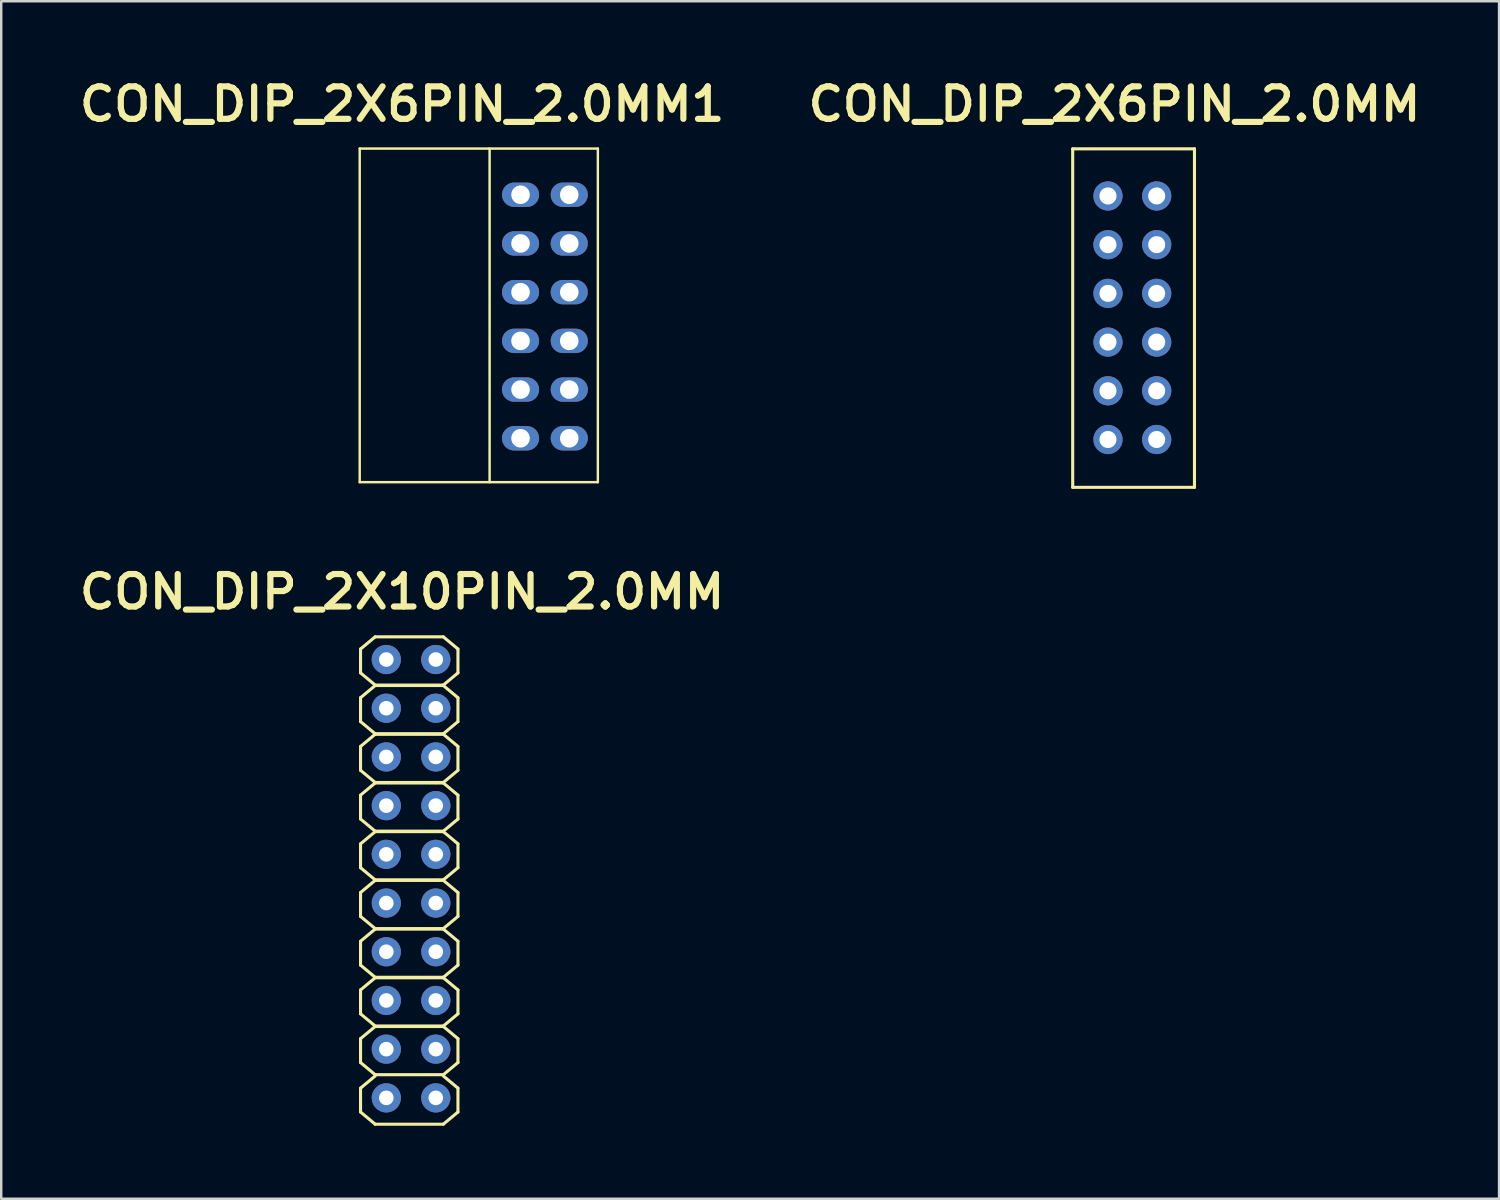
<source format=kicad_pcb>
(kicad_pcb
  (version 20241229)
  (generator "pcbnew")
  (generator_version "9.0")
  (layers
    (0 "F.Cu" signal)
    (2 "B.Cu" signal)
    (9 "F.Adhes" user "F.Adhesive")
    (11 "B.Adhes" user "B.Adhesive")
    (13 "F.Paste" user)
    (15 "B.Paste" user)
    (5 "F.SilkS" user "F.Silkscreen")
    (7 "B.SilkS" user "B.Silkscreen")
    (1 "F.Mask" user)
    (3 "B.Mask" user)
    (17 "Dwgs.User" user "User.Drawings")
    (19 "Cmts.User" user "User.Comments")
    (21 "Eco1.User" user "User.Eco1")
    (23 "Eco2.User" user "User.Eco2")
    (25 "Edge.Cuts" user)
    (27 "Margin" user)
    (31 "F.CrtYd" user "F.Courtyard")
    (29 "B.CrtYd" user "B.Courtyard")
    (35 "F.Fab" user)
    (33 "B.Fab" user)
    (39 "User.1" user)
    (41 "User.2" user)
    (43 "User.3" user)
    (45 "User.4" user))
  (footprint "CON_DIP_2X6PIN_2.0MM"
    (layer "F.Cu")
    (at 42.447 4.997)
    (property "Reference" "CON_DIP_2X6PIN_2.0MM" (at 0.267 -3.772 0) (unlocked yes) (layer "F.SilkS") (effects (font (size 1.333 1.402) (thickness 0.254))))
    (attr smd)
    (fp_line (start -1.448 -1.936) (end 3.552 -1.936) (stroke (width 0.127) (type solid)) (layer "F.SilkS"))
    (fp_line (start -1.448 11.964) (end -1.448 -1.936) (stroke (width 0.127) (type solid)) (layer "F.SilkS"))
    (fp_line (start -1.448 11.964) (end 3.552 11.964) (stroke (width 0.127) (type solid)) (layer "F.SilkS"))
    (fp_line (start 3.552 11.964) (end 3.552 -1.936) (stroke (width 0.127) (type solid)) (layer "F.SilkS"))
    (pad "1" thru_hole circle (at 0 0 90) (size 1.2 1.2) (drill 0.7) (layers "*.Cu" "*.Mask"))
    (pad "2" thru_hole circle (at 2 0.00001 90) (size 1.2 1.2) (drill 0.7) (layers "*.Cu" "*.Mask"))
    (pad "3" thru_hole circle (at 0 2 90) (size 1.2 1.2) (drill 0.7) (layers "*.Cu" "*.Mask"))
    (pad "4" thru_hole circle (at 2 2 90) (size 1.2 1.2) (drill 0.7) (layers "*.Cu" "*.Mask"))
    (pad "5" thru_hole circle (at 0 4 90) (size 1.2 1.2) (drill 0.7) (layers "*.Cu" "*.Mask"))
    (pad "6" thru_hole circle (at 2 4 90) (size 1.2 1.2) (drill 0.7) (layers "*.Cu" "*.Mask"))
    (pad "7" thru_hole circle (at 0 6 90) (size 1.2 1.2) (drill 0.7) (layers "*.Cu" "*.Mask"))
    (pad "8" thru_hole circle (at 2 6 90) (size 1.2 1.2) (drill 0.7) (layers "*.Cu" "*.Mask"))
    (pad "9" thru_hole circle (at 0 8 90) (size 1.2 1.2) (drill 0.7) (layers "*.Cu" "*.Mask"))
    (pad "10" thru_hole circle (at 2 8 90) (size 1.2 1.2) (drill 0.7) (layers "*.Cu" "*.Mask"))
    (pad "11" thru_hole circle (at 0 10 90) (size 1.2 1.2) (drill 0.7) (layers "*.Cu" "*.Mask"))
    (pad "12" thru_hole circle (at 2 10 90) (size 1.2 1.2) (drill 0.7) (layers "*.Cu" "*.Mask")))
  (footprint "CON_DIP_2X6PIN_2.0MM1"
    (layer "F.Cu")
    (at 11.721 16.25)
    (property "Reference" "CON_DIP_2X6PIN_2.0MM1" (at 1.74 -15.024 0) (unlocked yes) (layer "F.SilkS") (effects (font (size 1.333 1.402) (thickness 0.254))))
    (attr smd)
    (fp_line (start 0 -13.2) (end 9.779 -13.2) (stroke (width 0.1) (type solid)) (layer "F.SilkS"))
    (fp_line (start 0 0.5) (end 0 -13.2) (stroke (width 0.1) (type solid)) (layer "F.SilkS"))
    (fp_line (start 0 0.5) (end 9.779 0.5) (stroke (width 0.1) (type solid)) (layer "F.SilkS"))
    (fp_line (start 5.334 0.5) (end 5.334 -13.2) (stroke (width 0.1) (type solid)) (layer "F.SilkS"))
    (fp_line (start 9.779 0.5) (end 9.779 -13.2) (stroke (width 0.1) (type solid)) (layer "F.SilkS"))
    (pad "1" thru_hole oval (at 6.604 -11.303) (size 1.524 1) (drill 0.762) (layers "*.Cu" "*.Mask"))
    (pad "2" thru_hole oval (at 8.604 -11.303) (size 1.524 1) (drill 0.762) (layers "*.Cu" "*.Mask"))
    (pad "3" thru_hole oval (at 6.604 -9.303) (size 1.524 1) (drill 0.762) (layers "*.Cu" "*.Mask"))
    (pad "4" thru_hole oval (at 8.604 -9.303) (size 1.524 1) (drill 0.762) (layers "*.Cu" "*.Mask"))
    (pad "5" thru_hole oval (at 6.604 -7.303) (size 1.524 1) (drill 0.762) (layers "*.Cu" "*.Mask"))
    (pad "6" thru_hole oval (at 8.604 -7.303) (size 1.524 1) (drill 0.762) (layers "*.Cu" "*.Mask"))
    (pad "7" thru_hole oval (at 6.604 -5.303) (size 1.524 1) (drill 0.762) (layers "*.Cu" "*.Mask"))
    (pad "8" thru_hole oval (at 8.604 -5.303) (size 1.524 1) (drill 0.762) (layers "*.Cu" "*.Mask"))
    (pad "9" thru_hole oval (at 6.604 -3.303) (size 1.524 1) (drill 0.762) (layers "*.Cu" "*.Mask"))
    (pad "10" thru_hole oval (at 8.604 -3.303) (size 1.524 1) (drill 0.762) (layers "*.Cu" "*.Mask"))
    (pad "11" thru_hole oval (at 6.604 -1.303) (size 1.524 1) (drill 0.762) (layers "*.Cu" "*.Mask"))
    (pad "12" thru_hole oval (at 8.604 -1.303) (size 1.524 1) (drill 0.762) (layers "*.Cu" "*.Mask")))
  (footprint "CON_DIP_2X10PIN_2.0MM"
    (layer "F.Cu")
    (at 12.813 24.032)
    (property "Reference" "CON_DIP_2X10PIN_2.0MM" (at 0.648 -2.781 0) (unlocked yes) (layer "F.SilkS") (effects (font (size 1.333 1.402) (thickness 0.254))))
    (attr smd)
    (fp_line (start -1.058 -0.431) (end -0.458 -0.931) (stroke (width 0.127) (type solid)) (layer "F.SilkS"))
    (fp_line (start -1.058 0.549) (end -1.058 -0.431) (stroke (width 0.127) (type solid)) (layer "F.SilkS"))
    (fp_line (start -1.058 0.549) (end -0.458 1.049) (stroke (width 0.127) (type solid)) (layer "F.SilkS"))
    (fp_line (start -1.058 1.569) (end -0.458 1.069) (stroke (width 0.127) (type solid)) (layer "F.SilkS"))
    (fp_line (start -1.058 2.549) (end -1.058 1.569) (stroke (width 0.127) (type solid)) (layer "F.SilkS"))
    (fp_line (start -1.058 2.549) (end -0.458 3.049) (stroke (width 0.127) (type solid)) (layer "F.SilkS"))
    (fp_line (start -1.058 3.569) (end -0.458 3.069) (stroke (width 0.127) (type solid)) (layer "F.SilkS"))
    (fp_line (start -1.058 4.549) (end -1.058 3.569) (stroke (width 0.127) (type solid)) (layer "F.SilkS"))
    (fp_line (start -1.058 4.549) (end -0.458 5.049) (stroke (width 0.127) (type solid)) (layer "F.SilkS"))
    (fp_line (start -1.058 5.569) (end -0.458 5.069) (stroke (width 0.127) (type solid)) (layer "F.SilkS"))
    (fp_line (start -1.058 6.549) (end -1.058 5.569) (stroke (width 0.127) (type solid)) (layer "F.SilkS"))
    (fp_line (start -1.058 6.549) (end -0.458 7.049) (stroke (width 0.127) (type solid)) (layer "F.SilkS"))
    (fp_line (start -1.058 7.569) (end -0.458 7.069) (stroke (width 0.127) (type solid)) (layer "F.SilkS"))
    (fp_line (start -1.058 8.549) (end -1.058 7.569) (stroke (width 0.127) (type solid)) (layer "F.SilkS"))
    (fp_line (start -1.058 8.549) (end -0.458 9.049) (stroke (width 0.127) (type solid)) (layer "F.SilkS"))
    (fp_line (start -1.058 9.569) (end -0.458 9.069) (stroke (width 0.127) (type solid)) (layer "F.SilkS"))
    (fp_line (start -1.058 10.549) (end -1.058 9.569) (stroke (width 0.127) (type solid)) (layer "F.SilkS"))
    (fp_line (start -1.058 10.549) (end -0.458 11.049) (stroke (width 0.127) (type solid)) (layer "F.SilkS"))
    (fp_line (start -1.058 11.569) (end -0.458 11.069) (stroke (width 0.127) (type solid)) (layer "F.SilkS"))
    (fp_line (start -1.058 12.549) (end -1.058 11.569) (stroke (width 0.127) (type solid)) (layer "F.SilkS"))
    (fp_line (start -1.058 12.549) (end -0.458 13.049) (stroke (width 0.127) (type solid)) (layer "F.SilkS"))
    (fp_line (start -1.058 13.569) (end -0.458 13.069) (stroke (width 0.127) (type solid)) (layer "F.SilkS"))
    (fp_line (start -1.058 14.549) (end -1.058 13.569) (stroke (width 0.127) (type solid)) (layer "F.SilkS"))
    (fp_line (start -1.058 14.549) (end -0.458 15.049) (stroke (width 0.127) (type solid)) (layer "F.SilkS"))
    (fp_line (start -1.058 15.569) (end -0.458 15.069) (stroke (width 0.127) (type solid)) (layer "F.SilkS"))
    (fp_line (start -1.058 16.549) (end -1.058 15.569) (stroke (width 0.127) (type solid)) (layer "F.SilkS"))
    (fp_line (start -1.058 16.549) (end -0.458 17.049) (stroke (width 0.127) (type solid)) (layer "F.SilkS"))
    (fp_line (start -1.058 17.601) (end -0.458 17.101) (stroke (width 0.127) (type solid)) (layer "F.SilkS"))
    (fp_line (start -1.058 18.581) (end -1.058 17.601) (stroke (width 0.127) (type solid)) (layer "F.SilkS"))
    (fp_line (start -1.058 18.581) (end -0.458 19.081) (stroke (width 0.127) (type solid)) (layer "F.SilkS"))
    (fp_line (start -0.458 -0.931) (end 2.342 -0.931) (stroke (width 0.127) (type solid)) (layer "F.SilkS"))
    (fp_line (start -0.458 1.049) (end 2.342 1.049) (stroke (width 0.127) (type solid)) (layer "F.SilkS"))
    (fp_line (start -0.458 1.069) (end 2.342 1.069) (stroke (width 0.127) (type solid)) (layer "F.SilkS"))
    (fp_line (start -0.458 3.049) (end 2.342 3.049) (stroke (width 0.127) (type solid)) (layer "F.SilkS"))
    (fp_line (start -0.458 3.069) (end 2.342 3.069) (stroke (width 0.127) (type solid)) (layer "F.SilkS"))
    (fp_line (start -0.458 5.049) (end 2.342 5.049) (stroke (width 0.127) (type solid)) (layer "F.SilkS"))
    (fp_line (start -0.458 5.069) (end 2.342 5.069) (stroke (width 0.127) (type solid)) (layer "F.SilkS"))
    (fp_line (start -0.458 7.049) (end 2.342 7.049) (stroke (width 0.127) (type solid)) (layer "F.SilkS"))
    (fp_line (start -0.458 7.069) (end 2.342 7.069) (stroke (width 0.127) (type solid)) (layer "F.SilkS"))
    (fp_line (start -0.458 9.049) (end 2.342 9.049) (stroke (width 0.127) (type solid)) (layer "F.SilkS"))
    (fp_line (start -0.458 9.069) (end 2.342 9.069) (stroke (width 0.127) (type solid)) (layer "F.SilkS"))
    (fp_line (start -0.458 11.049) (end 2.342 11.049) (stroke (width 0.127) (type solid)) (layer "F.SilkS"))
    (fp_line (start -0.458 11.069) (end 2.342 11.069) (stroke (width 0.127) (type solid)) (layer "F.SilkS"))
    (fp_line (start -0.458 13.049) (end 2.342 13.049) (stroke (width 0.127) (type solid)) (layer "F.SilkS"))
    (fp_line (start -0.458 13.069) (end 2.342 13.069) (stroke (width 0.127) (type solid)) (layer "F.SilkS"))
    (fp_line (start -0.458 15.049) (end 2.342 15.049) (stroke (width 0.127) (type solid)) (layer "F.SilkS"))
    (fp_line (start -0.458 15.069) (end 2.342 15.069) (stroke (width 0.127) (type solid)) (layer "F.SilkS"))
    (fp_line (start -0.458 17.049) (end 2.342 17.049) (stroke (width 0.127) (type solid)) (layer "F.SilkS"))
    (fp_line (start -0.458 19.081) (end 2.342 19.081) (stroke (width 0.127) (type solid)) (layer "F.SilkS"))
    (fp_line (start 2.342 -0.931) (end 2.942 -0.431) (stroke (width 0.127) (type solid)) (layer "F.SilkS"))
    (fp_line (start 2.342 1.049) (end 2.942 0.549) (stroke (width 0.127) (type solid)) (layer "F.SilkS"))
    (fp_line (start 2.342 1.069) (end 2.942 1.569) (stroke (width 0.127) (type solid)) (layer "F.SilkS"))
    (fp_line (start 2.342 3.049) (end 2.942 2.549) (stroke (width 0.127) (type solid)) (layer "F.SilkS"))
    (fp_line (start 2.342 3.069) (end 2.942 3.569) (stroke (width 0.127) (type solid)) (layer "F.SilkS"))
    (fp_line (start 2.342 5.049) (end 2.942 4.549) (stroke (width 0.127) (type solid)) (layer "F.SilkS"))
    (fp_line (start 2.342 5.069) (end 2.942 5.569) (stroke (width 0.127) (type solid)) (layer "F.SilkS"))
    (fp_line (start 2.342 7.049) (end 2.942 6.549) (stroke (width 0.127) (type solid)) (layer "F.SilkS"))
    (fp_line (start 2.342 7.069) (end 2.942 7.569) (stroke (width 0.127) (type solid)) (layer "F.SilkS"))
    (fp_line (start 2.342 9.049) (end 2.942 8.549) (stroke (width 0.127) (type solid)) (layer "F.SilkS"))
    (fp_line (start 2.342 9.069) (end 2.942 9.569) (stroke (width 0.127) (type solid)) (layer "F.SilkS"))
    (fp_line (start 2.342 11.049) (end 2.942 10.549) (stroke (width 0.127) (type solid)) (layer "F.SilkS"))
    (fp_line (start 2.342 11.069) (end 2.942 11.569) (stroke (width 0.127) (type solid)) (layer "F.SilkS"))
    (fp_line (start 2.342 13.049) (end 2.942 12.549) (stroke (width 0.127) (type solid)) (layer "F.SilkS"))
    (fp_line (start 2.342 13.069) (end 2.942 13.569) (stroke (width 0.127) (type solid)) (layer "F.SilkS"))
    (fp_line (start 2.342 15.049) (end 2.942 14.549) (stroke (width 0.127) (type solid)) (layer "F.SilkS"))
    (fp_line (start 2.342 15.069) (end 2.942 15.569) (stroke (width 0.127) (type solid)) (layer "F.SilkS"))
    (fp_line (start 2.342 17.049) (end 2.942 16.549) (stroke (width 0.127) (type solid)) (layer "F.SilkS"))
    (fp_line (start 2.342 17.101) (end 2.942 17.601) (stroke (width 0.127) (type solid)) (layer "F.SilkS"))
    (fp_line (start 2.342 19.081) (end 2.942 18.581) (stroke (width 0.127) (type solid)) (layer "F.SilkS"))
    (fp_line (start 2.942 0.549) (end 2.942 -0.431) (stroke (width 0.127) (type solid)) (layer "F.SilkS"))
    (fp_line (start 2.942 2.549) (end 2.942 1.569) (stroke (width 0.127) (type solid)) (layer "F.SilkS"))
    (fp_line (start 2.942 4.549) (end 2.942 3.569) (stroke (width 0.127) (type solid)) (layer "F.SilkS"))
    (fp_line (start 2.942 6.549) (end 2.942 5.569) (stroke (width 0.127) (type solid)) (layer "F.SilkS"))
    (fp_line (start 2.942 8.549) (end 2.942 7.569) (stroke (width 0.127) (type solid)) (layer "F.SilkS"))
    (fp_line (start 2.942 10.549) (end 2.942 9.569) (stroke (width 0.127) (type solid)) (layer "F.SilkS"))
    (fp_line (start 2.942 12.549) (end 2.942 11.569) (stroke (width 0.127) (type solid)) (layer "F.SilkS"))
    (fp_line (start 2.942 14.549) (end 2.942 13.569) (stroke (width 0.127) (type solid)) (layer "F.SilkS"))
    (fp_line (start 2.942 16.549) (end 2.942 15.569) (stroke (width 0.127) (type solid)) (layer "F.SilkS"))
    (fp_line (start 2.942 18.581) (end 2.942 17.601) (stroke (width 0.127) (type solid)) (layer "F.SilkS"))
    (pad "1" thru_hole circle (at 0 0.00001) (size 1.2 1.2) (drill 0.6) (layers "*.Cu" "*.Mask"))
    (pad "2" thru_hole circle (at 2.032 0.00001) (size 1.2 1.2) (drill 0.6) (layers "*.Cu" "*.Mask"))
    (pad "3" thru_hole circle (at 0 2) (size 1.2 1.2) (drill 0.6) (layers "*.Cu" "*.Mask"))
    (pad "4" thru_hole circle (at 2.032 2) (size 1.2 1.2) (drill 0.6) (layers "*.Cu" "*.Mask"))
    (pad "5" thru_hole circle (at 0 4) (size 1.2 1.2) (drill 0.6) (layers "*.Cu" "*.Mask"))
    (pad "6" thru_hole circle (at 2.032 4) (size 1.2 1.2) (drill 0.6) (layers "*.Cu" "*.Mask"))
    (pad "7" thru_hole circle (at 0 6) (size 1.2 1.2) (drill 0.6) (layers "*.Cu" "*.Mask"))
    (pad "8" thru_hole circle (at 2.032 6) (size 1.2 1.2) (drill 0.6) (layers "*.Cu" "*.Mask"))
    (pad "9" thru_hole circle (at 0 8) (size 1.2 1.2) (drill 0.6) (layers "*.Cu" "*.Mask"))
    (pad "10" thru_hole circle (at 2.032 8) (size 1.2 1.2) (drill 0.6) (layers "*.Cu" "*.Mask"))
    (pad "11" thru_hole circle (at 0 10) (size 1.2 1.2) (drill 0.6) (layers "*.Cu" "*.Mask"))
    (pad "12" thru_hole circle (at 2.032 10) (size 1.2 1.2) (drill 0.6) (layers "*.Cu" "*.Mask"))
    (pad "13" thru_hole circle (at 0 12) (size 1.2 1.2) (drill 0.6) (layers "*.Cu" "*.Mask"))
    (pad "14" thru_hole circle (at 2.032 12) (size 1.2 1.2) (drill 0.6) (layers "*.Cu" "*.Mask"))
    (pad "15" thru_hole circle (at 0 14) (size 1.2 1.2) (drill 0.6) (layers "*.Cu" "*.Mask"))
    (pad "16" thru_hole circle (at 2.032 14) (size 1.2 1.2) (drill 0.6) (layers "*.Cu" "*.Mask"))
    (pad "17" thru_hole circle (at 0 16) (size 1.2 1.2) (drill 0.6) (layers "*.Cu" "*.Mask"))
    (pad "18" thru_hole circle (at 2.032 16) (size 1.2 1.2) (drill 0.6) (layers "*.Cu" "*.Mask"))
    (pad "19" thru_hole circle (at 0 18) (size 1.2 1.2) (drill 0.6) (layers "*.Cu" "*.Mask"))
    (pad "20" thru_hole circle (at 2.032 18) (size 1.2 1.2) (drill 0.6) (layers "*.Cu" "*.Mask")))
  (gr_rect
    (start -3 -3)
    (end 58.506 46.176)
    (stroke (width 0.1) (type default))
    (fill no)
    (layer "Edge.Cuts")))
</source>
